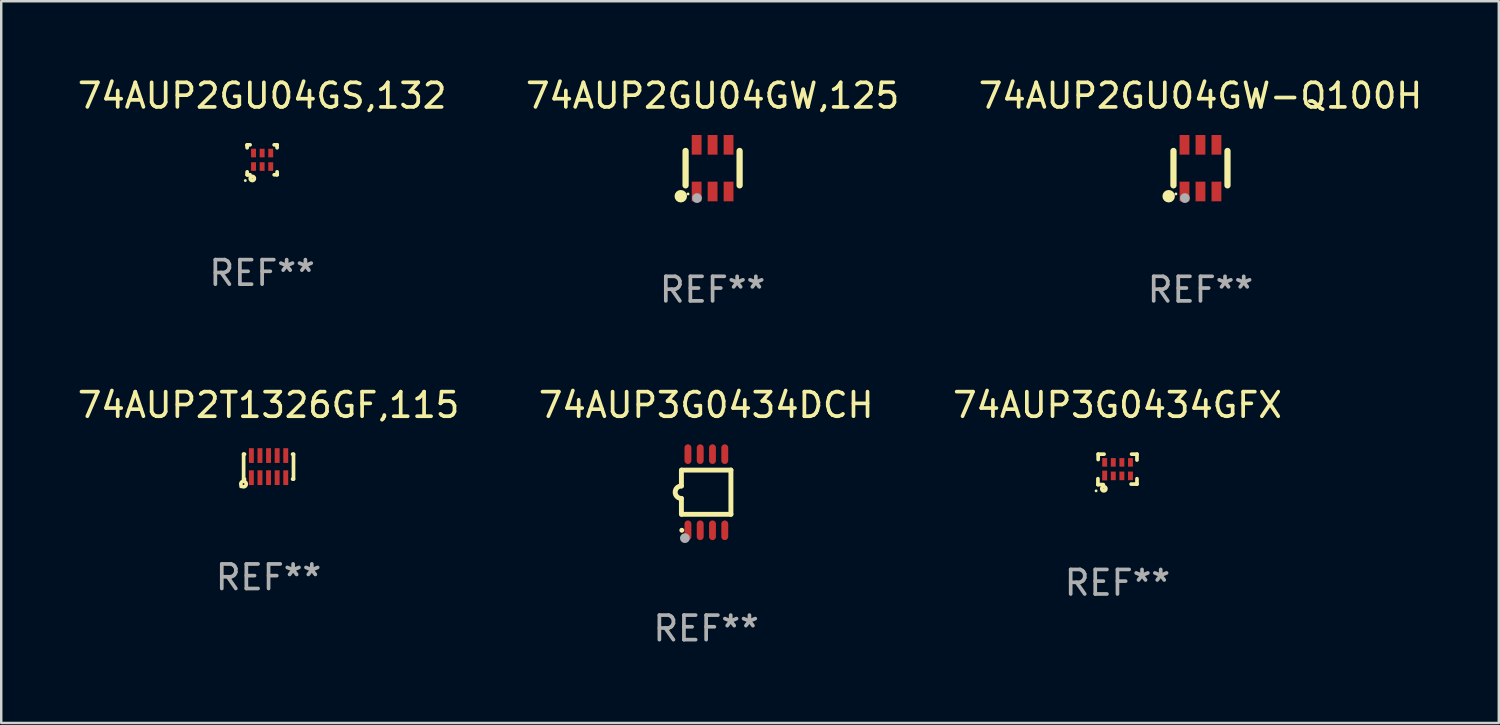
<source format=kicad_pcb>
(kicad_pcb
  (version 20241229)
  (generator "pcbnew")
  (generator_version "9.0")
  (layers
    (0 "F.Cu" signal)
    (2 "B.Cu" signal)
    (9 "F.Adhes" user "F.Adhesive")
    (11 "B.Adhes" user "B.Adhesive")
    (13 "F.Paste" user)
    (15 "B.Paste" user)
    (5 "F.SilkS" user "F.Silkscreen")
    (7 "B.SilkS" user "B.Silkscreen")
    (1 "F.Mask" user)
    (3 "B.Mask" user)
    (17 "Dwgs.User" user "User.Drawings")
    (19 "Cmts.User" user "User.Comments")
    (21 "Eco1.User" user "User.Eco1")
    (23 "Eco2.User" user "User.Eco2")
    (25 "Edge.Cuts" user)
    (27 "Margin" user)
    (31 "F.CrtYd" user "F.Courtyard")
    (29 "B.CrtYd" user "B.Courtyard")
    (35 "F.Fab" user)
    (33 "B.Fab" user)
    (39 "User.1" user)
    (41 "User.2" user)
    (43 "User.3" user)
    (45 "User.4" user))
  (footprint "74AUP3G0434DCH"
    (layer "F.Cu")
    (at 25.708 16.995)
    (property "Reference" "74AUP3G0434DCH" (at 0 -3.55 0) (layer "F.SilkS") (effects (font (size 1 1) (thickness 0.15))))
    (attr through_hole)
    (fp_line (start -1.008 -0.254) (end -1.008 -0.9) (stroke (width 0.2) (type solid)) (layer "F.SilkS"))
    (fp_line (start -1.008 0.254) (end -1.008 0.9) (stroke (width 0.2) (type solid)) (layer "F.SilkS"))
    (fp_line (start -0.992 0.9) (end 1.008 0.9) (stroke (width 0.2) (type solid)) (layer "F.SilkS"))
    (fp_line (start 1.008 -0.9) (end -0.992 -0.9) (stroke (width 0.2) (type solid)) (layer "F.SilkS"))
    (fp_line (start 1.008 0.9) (end 1.008 -0.9) (stroke (width 0.2) (type solid)) (layer "F.SilkS"))
    (fp_arc (start -1.008001 0.254001) (mid -1.262002 0) (end -1.008001 -0.254001) (stroke (width 0.2) (type solid)) (layer "F.SilkS"))
    (fp_circle (center -0.992 1.55) (end -0.942 1.55) (stroke (width 0.1) (type solid)) (fill no) (layer "F.SilkS"))
    (fp_circle (center -0.866 1.87) (end -0.766 1.87) (stroke (width 0.2) (type solid)) (fill no) (layer "F.Fab"))
    (fp_text user "REF**" (at 0 5.55 0) (layer "F.Fab") (effects (font (size 1 1) (thickness 0.15))))
    (pad "1" smd oval (at -0.742 1.55 270) (size 0.8 0.28) (layers "F.Cu" "F.Mask" "F.Paste"))
    (pad "2" smd oval (at -0.242 1.55 270) (size 0.8 0.28) (layers "F.Cu" "F.Mask" "F.Paste"))
    (pad "3" smd oval (at 0.258 1.55 270) (size 0.8 0.28) (layers "F.Cu" "F.Mask" "F.Paste"))
    (pad "4" smd oval (at 0.758 1.55 270) (size 0.8 0.28) (layers "F.Cu" "F.Mask" "F.Paste"))
    (pad "5" smd oval (at 0.758 -1.55 270) (size 0.8 0.28) (layers "F.Cu" "F.Mask" "F.Paste"))
    (pad "6" smd oval (at 0.258 -1.55 270) (size 0.8 0.28) (layers "F.Cu" "F.Mask" "F.Paste"))
    (pad "7" smd oval (at -0.242 -1.55 270) (size 0.8 0.28) (layers "F.Cu" "F.Mask" "F.Paste"))
    (pad "8" smd oval (at -0.742 -1.55 270) (size 0.8 0.28) (layers "F.Cu" "F.Mask" "F.Paste")))
  (footprint "74AUP2GU04GS,132"
    (layer "F.Cu")
    (at 7.625 3.458)
    (property "Reference" "74AUP2GU04GS,132" (at 0 -2.61 0) (layer "F.SilkS") (effects (font (size 1 1) (thickness 0.15))))
    (attr through_hole)
    (fp_line (start -0.61 -0.61) (end -0.49 -0.61) (stroke (width 0.15) (type solid)) (layer "F.SilkS"))
    (fp_line (start -0.61 -0.58) (end -0.61 -0.61) (stroke (width 0.15) (type solid)) (layer "F.SilkS"))
    (fp_line (start -0.61 -0.49) (end -0.61 -0.58) (stroke (width 0.15) (type solid)) (layer "F.SilkS"))
    (fp_line (start -0.61 0.61) (end -0.61 0.491) (stroke (width 0.15) (type solid)) (layer "F.SilkS"))
    (fp_line (start -0.58 0.61) (end -0.61 0.61) (stroke (width 0.15) (type solid)) (layer "F.SilkS"))
    (fp_line (start -0.49 0.61) (end -0.58 0.61) (stroke (width 0.15) (type solid)) (layer "F.SilkS"))
    (fp_line (start 0.49 -0.61) (end 0.58 -0.61) (stroke (width 0.15) (type solid)) (layer "F.SilkS"))
    (fp_line (start 0.58 -0.61) (end 0.61 -0.61) (stroke (width 0.15) (type solid)) (layer "F.SilkS"))
    (fp_line (start 0.61 -0.61) (end 0.61 -0.49) (stroke (width 0.15) (type solid)) (layer "F.SilkS"))
    (fp_line (start 0.61 0.49) (end 0.61 0.58) (stroke (width 0.15) (type solid)) (layer "F.SilkS"))
    (fp_line (start 0.61 0.58) (end 0.61 0.61) (stroke (width 0.15) (type solid)) (layer "F.SilkS"))
    (fp_line (start 0.61 0.61) (end 0.491 0.61) (stroke (width 0.15) (type solid)) (layer "F.SilkS"))
    (fp_circle (center -0.685 0.845) (end -0.655 0.845) (stroke (width 0.06) (type solid)) (fill no) (layer "F.SilkS"))
    (fp_circle (center -0.4 0.76) (end -0.39 0.76) (stroke (width 0.15) (type solid)) (fill no) (layer "F.SilkS"))
    (fp_text user "REF**" (at 0 4.61 0) (layer "F.Fab") (effects (font (size 1 1) (thickness 0.15))))
    (pad "1" smd rect (at -0.35 0.275) (size 0.2 0.35) (layers "F.Cu" "F.Mask" "F.Paste"))
    (pad "2" smd rect (at -0.000038 0.275) (size 0.2 0.35) (layers "F.Cu" "F.Mask" "F.Paste"))
    (pad "3" smd rect (at 0.35 0.275) (size 0.2 0.35) (layers "F.Cu" "F.Mask" "F.Paste"))
    (pad "4" smd rect (at 0.35 -0.275) (size 0.2 0.35) (layers "F.Cu" "F.Mask" "F.Paste"))
    (pad "5" smd rect (at -0.000038 -0.275) (size 0.2 0.35) (layers "F.Cu" "F.Mask" "F.Paste"))
    (pad "6" smd rect (at -0.35 -0.275) (size 0.2 0.35) (layers "F.Cu" "F.Mask" "F.Paste")))
  (footprint "74AUP2GU04GW,125"
    (layer "F.Cu")
    (at 25.97 3.798)
    (property "Reference" "74AUP2GU04GW,125" (at 0 -2.95 0) (layer "F.SilkS") (effects (font (size 1 1) (thickness 0.15))))
    (attr through_hole)
    (fp_line (start -1.1 -0.7) (end -1.1 0.7) (stroke (width 0.254) (type solid)) (layer "F.SilkS"))
    (fp_line (start 1.1 -0.7) (end 1.1 0.7) (stroke (width 0.254) (type solid)) (layer "F.SilkS"))
    (fp_circle (center -1.295 1.143) (end -1.168 1.143) (stroke (width 0.254) (type solid)) (fill no) (layer "F.SilkS"))
    (fp_circle (center -1 1.05) (end -0.97 1.05) (stroke (width 0.06) (type solid)) (fill no) (layer "F.SilkS"))
    (fp_circle (center -0.635 1.219) (end -0.535 1.219) (stroke (width 0.2) (type solid)) (fill no) (layer "F.Fab"))
    (fp_text user "REF**" (at 0 4.95 0) (layer "F.Fab") (effects (font (size 1 1) (thickness 0.15))))
    (pad "1" smd rect (at -0.65 0.95) (size 0.4 0.8) (layers "F.Cu" "F.Mask" "F.Paste"))
    (pad "2" smd rect (at 0 0.95) (size 0.4 0.8) (layers "F.Cu" "F.Mask" "F.Paste"))
    (pad "3" smd rect (at 0.65 0.95) (size 0.4 0.8) (layers "F.Cu" "F.Mask" "F.Paste"))
    (pad "4" smd rect (at 0.65 -0.95) (size 0.4 0.8) (layers "F.Cu" "F.Mask" "F.Paste"))
    (pad "5" smd rect (at 0 -0.95) (size 0.4 0.8) (layers "F.Cu" "F.Mask" "F.Paste"))
    (pad "6" smd rect (at -0.65 -0.95) (size 0.4 0.8) (layers "F.Cu" "F.Mask" "F.Paste")))
  (footprint "74AUP3G0434GFX"
    (layer "F.Cu")
    (at 42.458 16.065)
    (property "Reference" "74AUP3G0434GFX" (at 0 -2.62 0) (layer "F.SilkS") (effects (font (size 1 1) (thickness 0.15))))
    (attr through_hole)
    (fp_line (start -0.795 0.62) (end -0.795 0.38) (stroke (width 0.15) (type solid)) (layer "F.SilkS"))
    (fp_line (start -0.785 -0.62) (end -0.545 -0.62) (stroke (width 0.15) (type solid)) (layer "F.SilkS"))
    (fp_line (start -0.785 -0.4) (end -0.785 -0.62) (stroke (width 0.15) (type solid)) (layer "F.SilkS"))
    (fp_line (start -0.575 0.62) (end -0.795 0.62) (stroke (width 0.15) (type solid)) (layer "F.SilkS"))
    (fp_line (start 0.575 -0.62) (end 0.795 -0.62) (stroke (width 0.15) (type solid)) (layer "F.SilkS"))
    (fp_line (start 0.795 -0.62) (end 0.795 -0.38) (stroke (width 0.15) (type solid)) (layer "F.SilkS"))
    (fp_line (start 0.795 0.38) (end 0.795 0.6) (stroke (width 0.15) (type solid)) (layer "F.SilkS"))
    (fp_line (start 0.795 0.6) (end 0.555 0.6) (stroke (width 0.15) (type solid)) (layer "F.SilkS"))
    (fp_circle (center -0.87 0.875) (end -0.84 0.875) (stroke (width 0.06) (type solid)) (fill no) (layer "F.SilkS"))
    (fp_circle (center -0.555 0.79) (end -0.545 0.79) (stroke (width 0.15) (type solid)) (fill no) (layer "F.SilkS"))
    (fp_text user "REF**" (at 0 4.62 0) (layer "F.Fab") (effects (font (size 1 1) (thickness 0.15))))
    (pad "1" smd rect (at -0.52 0.25) (size 0.2 0.4) (layers "F.Cu" "F.Mask" "F.Paste"))
    (pad "2" smd rect (at -0.17 0.265) (size 0.2 0.35) (layers "F.Cu" "F.Mask" "F.Paste"))
    (pad "3" smd rect (at 0.18 0.265) (size 0.2 0.35) (layers "F.Cu" "F.Mask" "F.Paste"))
    (pad "4" smd rect (at 0.53 0.265) (size 0.2 0.35) (layers "F.Cu" "F.Mask" "F.Paste"))
    (pad "5" smd rect (at 0.53 -0.285) (size 0.2 0.35) (layers "F.Cu" "F.Mask" "F.Paste"))
    (pad "6" smd rect (at 0.18 -0.285) (size 0.2 0.35) (layers "F.Cu" "F.Mask" "F.Paste"))
    (pad "7" smd rect (at -0.17 -0.285) (size 0.2 0.35) (layers "F.Cu" "F.Mask" "F.Paste"))
    (pad "8" smd rect (at -0.52 -0.285) (size 0.2 0.35) (layers "F.Cu" "F.Mask" "F.Paste")))
  (footprint "74AUP2GU04GW-Q100H"
    (layer "F.Cu")
    (at 45.839 3.798)
    (property "Reference" "74AUP2GU04GW-Q100H" (at 0 -2.95 0) (layer "F.SilkS") (effects (font (size 1 1) (thickness 0.15))))
    (attr through_hole)
    (fp_line (start -1.1 -0.7) (end -1.1 0.7) (stroke (width 0.254) (type solid)) (layer "F.SilkS"))
    (fp_line (start 1.1 -0.7) (end 1.1 0.7) (stroke (width 0.254) (type solid)) (layer "F.SilkS"))
    (fp_circle (center -1.295 1.143) (end -1.168 1.143) (stroke (width 0.254) (type solid)) (fill no) (layer "F.SilkS"))
    (fp_circle (center -1 1.05) (end -0.97 1.05) (stroke (width 0.06) (type solid)) (fill no) (layer "F.SilkS"))
    (fp_circle (center -0.635 1.219) (end -0.535 1.219) (stroke (width 0.2) (type solid)) (fill no) (layer "F.Fab"))
    (fp_text user "REF**" (at 0 4.95 0) (layer "F.Fab") (effects (font (size 1 1) (thickness 0.15))))
    (pad "1" smd rect (at -0.65 0.95) (size 0.4 0.8) (layers "F.Cu" "F.Mask" "F.Paste"))
    (pad "2" smd rect (at 0 0.95) (size 0.4 0.8) (layers "F.Cu" "F.Mask" "F.Paste"))
    (pad "3" smd rect (at 0.65 0.95) (size 0.4 0.8) (layers "F.Cu" "F.Mask" "F.Paste"))
    (pad "4" smd rect (at 0.65 -0.95) (size 0.4 0.8) (layers "F.Cu" "F.Mask" "F.Paste"))
    (pad "5" smd rect (at 0 -0.95) (size 0.4 0.8) (layers "F.Cu" "F.Mask" "F.Paste"))
    (pad "6" smd rect (at -0.65 -0.95) (size 0.4 0.8) (layers "F.Cu" "F.Mask" "F.Paste")))
  (footprint "74AUP2T1326GF,115"
    (layer "F.Cu")
    (at 7.887 15.953)
    (property "Reference" "74AUP2T1326GF,115" (at 0 -2.508 0) (layer "F.SilkS") (effects (font (size 1 1) (thickness 0.15))))
    (attr through_hole)
    (fp_line (start -1.016 -0.508) (end -1.016 0.508) (stroke (width 0.15) (type solid)) (layer "F.SilkS"))
    (fp_line (start -1.016 -0.508) (end -0.979 -0.508) (stroke (width 0.15) (type solid)) (layer "F.SilkS"))
    (fp_line (start -1.016 0.508) (end -0.979 0.508) (stroke (width 0.15) (type solid)) (layer "F.SilkS"))
    (fp_line (start 0.979 -0.508) (end 1.016 -0.508) (stroke (width 0.15) (type solid)) (layer "F.SilkS"))
    (fp_line (start 0.979 0.508) (end 1.016 0.508) (stroke (width 0.15) (type solid)) (layer "F.SilkS"))
    (fp_line (start 1.016 -0.5) (end 1.016 0.5) (stroke (width 0.15) (type solid)) (layer "F.SilkS"))
    (fp_circle (center -1.132 0.822) (end -1.102 0.822) (stroke (width 0.06) (type solid)) (fill no) (layer "F.SilkS"))
    (fp_circle (center -1.02 0.71) (end -0.983 0.71) (stroke (width 0.15) (type solid)) (fill no) (layer "F.SilkS"))
    (fp_text user "REF**" (at 0 4.508 0) (layer "F.Fab") (effects (font (size 1 1) (thickness 0.15))))
    (pad "1" smd rect (at -0.7 0.45) (size 0.2 0.6) (layers "F.Cu" "F.Mask" "F.Paste"))
    (pad "2" smd rect (at -0.35 0.45) (size 0.2 0.6) (layers "F.Cu" "F.Mask" "F.Paste"))
    (pad "3" smd rect (at 0.000025 0.45) (size 0.2 0.6) (layers "F.Cu" "F.Mask" "F.Paste"))
    (pad "4" smd rect (at 0.35 0.45) (size 0.2 0.6) (layers "F.Cu" "F.Mask" "F.Paste"))
    (pad "5" smd rect (at 0.7 0.45) (size 0.2 0.6) (layers "F.Cu" "F.Mask" "F.Paste"))
    (pad "6" smd rect (at 0.7 -0.45) (size 0.2 0.6) (layers "F.Cu" "F.Mask" "F.Paste"))
    (pad "7" smd rect (at 0.35 -0.45) (size 0.2 0.6) (layers "F.Cu" "F.Mask" "F.Paste"))
    (pad "8" smd rect (at 0.000025 -0.45) (size 0.2 0.6) (layers "F.Cu" "F.Mask" "F.Paste"))
    (pad "9" smd rect (at -0.35 -0.45) (size 0.2 0.6) (layers "F.Cu" "F.Mask" "F.Paste"))
    (pad "10" smd rect (at -0.7 -0.45) (size 0.2 0.6) (layers "F.Cu" "F.Mask" "F.Paste")))
  (gr_rect
    (start -3 -3)
    (end 57.988 26.393)
    (stroke (width 0.1) (type default))
    (fill no)
    (layer "Edge.Cuts")))
</source>
